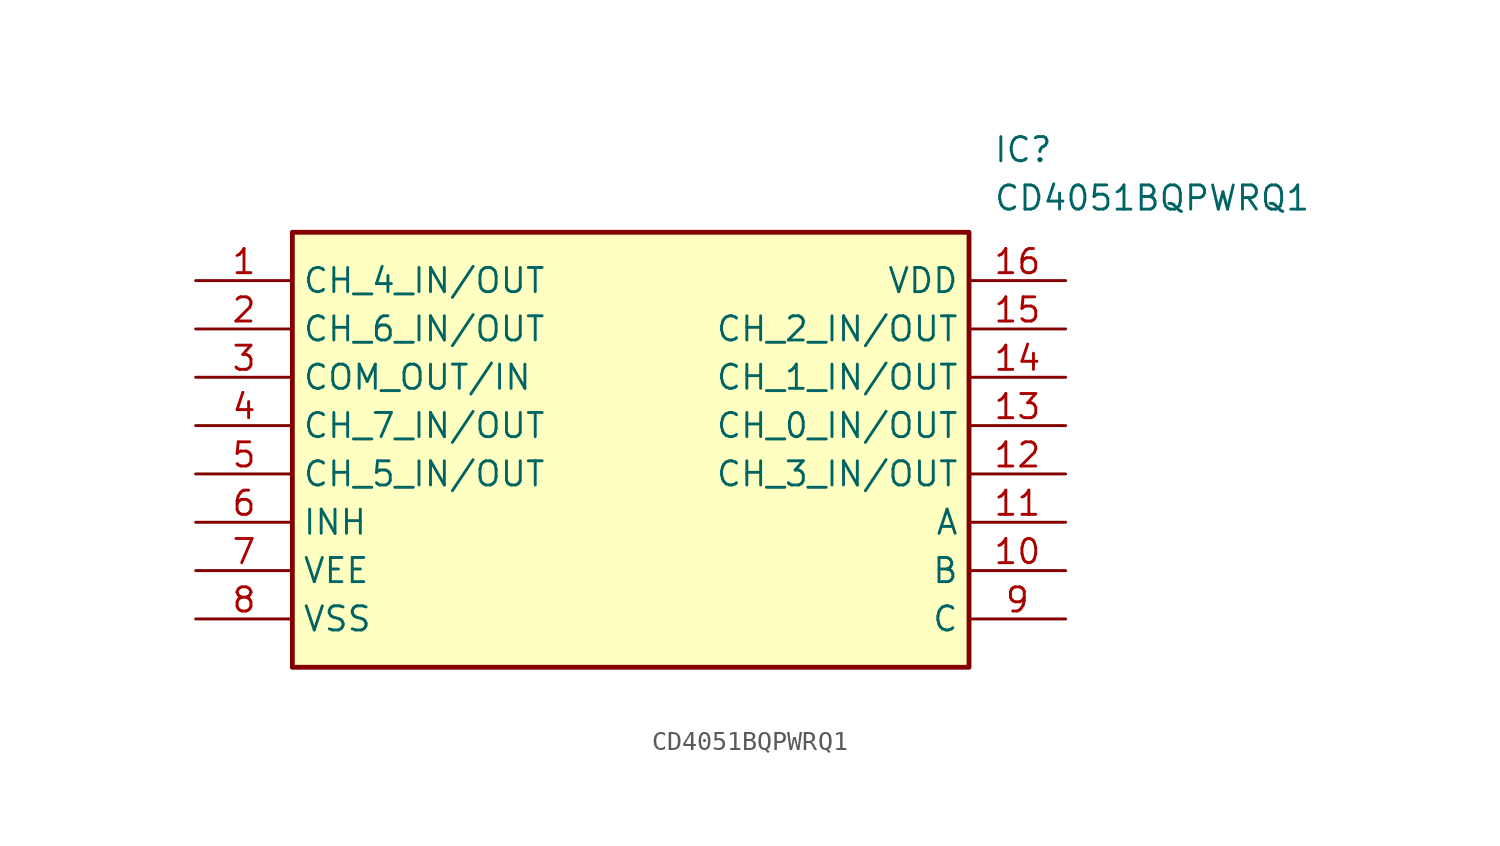
<source format=kicad_sym>
(kicad_symbol_lib
  (version 20211014)
  (generator SamacSys_ECAD_Model)
  (symbol "CD4051BQPWRQ1"
    (property "Reference" "IC"
      (at 41.91 7.62 0)
      (effects (font (size 1.27 1.27)) (justify left top)))
    (property "Value" "CD4051BQPWRQ1"
      (at 41.91 5.08 0)
      (effects (font (size 1.27 1.27)) (justify left top)))
    (rectangle
      (start 5.08 2.54)
      (end 40.64 -20.32)
      (stroke (width 0.254) (type default))
      (fill (type background)))
    (pin passive line
      (at 0 0 0)
      (length 5.08)
      (name "CH_4_IN/OUT" (effects (font (size 1.27 1.27))))
      (number "1" (effects (font (size 1.27 1.27)))))
    (pin passive line
      (at 0 -2.54 0)
      (length 5.08)
      (name "CH_6_IN/OUT" (effects (font (size 1.27 1.27))))
      (number "2" (effects (font (size 1.27 1.27)))))
    (pin passive line
      (at 0 -5.08 0)
      (length 5.08)
      (name "COM_OUT/IN" (effects (font (size 1.27 1.27))))
      (number "3" (effects (font (size 1.27 1.27)))))
    (pin passive line
      (at 0 -7.62 0)
      (length 5.08)
      (name "CH_7_IN/OUT" (effects (font (size 1.27 1.27))))
      (number "4" (effects (font (size 1.27 1.27)))))
    (pin passive line
      (at 0 -10.16 0)
      (length 5.08)
      (name "CH_5_IN/OUT" (effects (font (size 1.27 1.27))))
      (number "5" (effects (font (size 1.27 1.27)))))
    (pin passive line
      (at 0 -12.7 0)
      (length 5.08)
      (name "INH" (effects (font (size 1.27 1.27))))
      (number "6" (effects (font (size 1.27 1.27)))))
    (pin passive line
      (at 0 -15.24 0)
      (length 5.08)
      (name "VEE" (effects (font (size 1.27 1.27))))
      (number "7" (effects (font (size 1.27 1.27)))))
    (pin passive line
      (at 0 -17.78 0)
      (length 5.08)
      (name "VSS" (effects (font (size 1.27 1.27))))
      (number "8" (effects (font (size 1.27 1.27)))))
    (pin passive line
      (at 45.72 0 180)
      (length 5.08)
      (name "VDD" (effects (font (size 1.27 1.27))))
      (number "16" (effects (font (size 1.27 1.27)))))
    (pin passive line
      (at 45.72 -2.54 180)
      (length 5.08)
      (name "CH_2_IN/OUT" (effects (font (size 1.27 1.27))))
      (number "15" (effects (font (size 1.27 1.27)))))
    (pin passive line
      (at 45.72 -5.08 180)
      (length 5.08)
      (name "CH_1_IN/OUT" (effects (font (size 1.27 1.27))))
      (number "14" (effects (font (size 1.27 1.27)))))
    (pin passive line
      (at 45.72 -7.62 180)
      (length 5.08)
      (name "CH_0_IN/OUT" (effects (font (size 1.27 1.27))))
      (number "13" (effects (font (size 1.27 1.27)))))
    (pin passive line
      (at 45.72 -10.16 180)
      (length 5.08)
      (name "CH_3_IN/OUT" (effects (font (size 1.27 1.27))))
      (number "12" (effects (font (size 1.27 1.27)))))
    (pin passive line
      (at 45.72 -12.7 180)
      (length 5.08)
      (name "A" (effects (font (size 1.27 1.27))))
      (number "11" (effects (font (size 1.27 1.27)))))
    (pin passive line
      (at 45.72 -15.24 180)
      (length 5.08)
      (name "B" (effects (font (size 1.27 1.27))))
      (number "10" (effects (font (size 1.27 1.27)))))
    (pin passive line
      (at 45.72 -17.78 180)
      (length 5.08)
      (name "C" (effects (font (size 1.27 1.27))))
      (number "9" (effects (font (size 1.27 1.27)))))))
</source>
